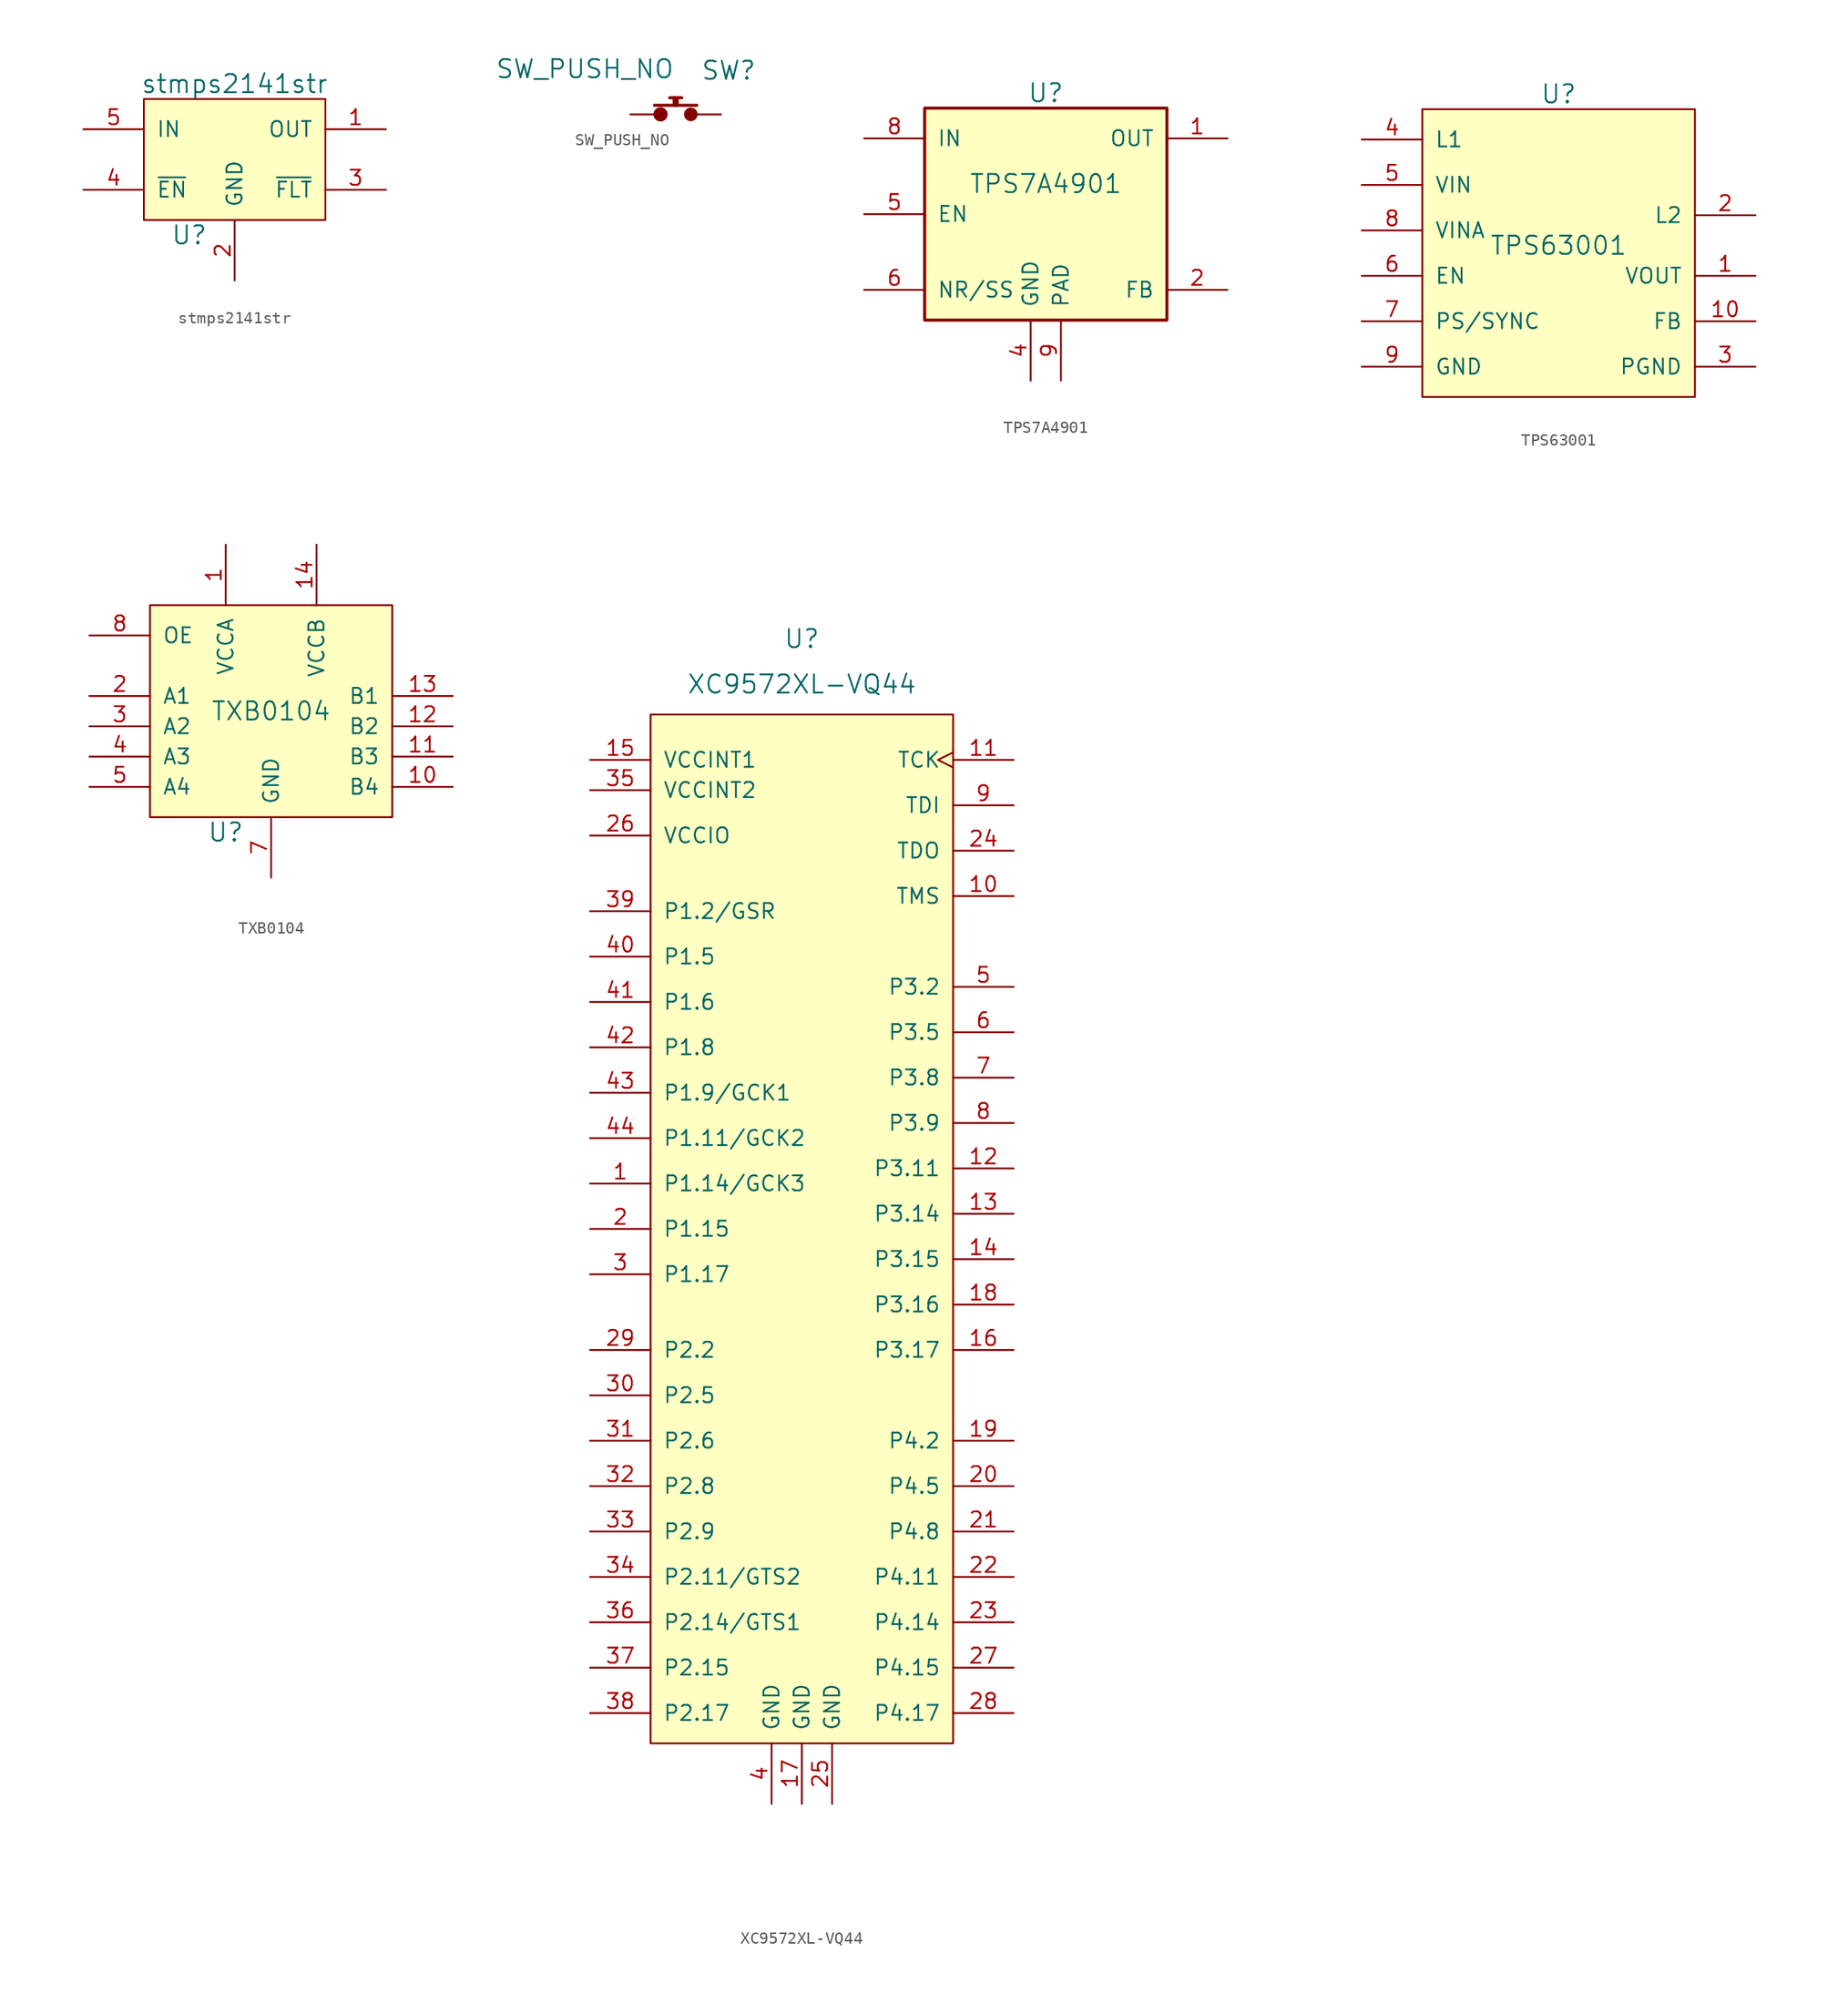
<source format=kicad_sym>
(kicad_symbol_lib
  (version 20231120)
  (generator "kicad_symbol_editor")
  (generator_version "8.0")
  (symbol "stmps2141str"
    (pin_names
      (offset 1.016))
    (property "Reference" "U"
      (at -3.81 -6.35 0)
      (effects (font (size 1.524 1.524))))
    (property "Value" "stmps2141str"
      (at 0 6.35 0)
      (effects (font (size 1.524 1.524))))
    (property "Footprint" ""
      (at 0 0 0)
      (effects (font (size 1.524 1.524))))
    (property "Datasheet" ""
      (at 0 0 0)
      (effects (font (size 1.524 1.524))))
    (symbol "stmps2141str_0_1"
      (rectangle (start 7.62 -5.08) (end -7.62 5.08) (stroke (width 0) (type default)) (fill (type background))))
    (symbol "stmps2141str_1_1"
      (pin power_out line (at 12.7 2.54 180) (length 5.08) (name "OUT" (effects (font (size 1.27 1.27)))) (number "1" (effects (font (size 1.27 1.27)))))
      (pin power_in line (at 0 -10.16 90) (length 5.08) (name "GND" (effects (font (size 1.27 1.27)))) (number "2" (effects (font (size 1.27 1.27)))))
      (pin output line (at 12.7 -2.54 180) (length 5.08) (name "~{FLT}" (effects (font (size 1.27 1.27)))) (number "3" (effects (font (size 1.27 1.27)))))
      (pin input line (at -12.7 -2.54 0) (length 5.08) (name "~{EN}" (effects (font (size 1.27 1.27)))) (number "4" (effects (font (size 1.27 1.27)))))
      (pin power_in line (at -12.7 2.54 0) (length 5.08) (name "IN" (effects (font (size 1.27 1.27)))) (number "5" (effects (font (size 1.27 1.27)))))))
  (symbol "SW_PUSH_NO"
    (pin_numbers hide)
    (pin_names
      (offset 0) hide)
    (property "Reference" "SW"
      (at 4.445 3.683 0)
      (effects (font (size 1.524 1.524))))
    (property "Value" "SW_PUSH_NO"
      (at -7.62 3.81 0)
      (effects (font (size 1.524 1.524))))
    (property "Footprint" ""
      (at 0 0 0)
      (effects (font (size 1.524 1.524))))
    (property "Datasheet" ""
      (at 0 0 0)
      (effects (font (size 1.524 1.524))))
    (symbol "SW_PUSH_NO_0_1"
      (circle (center -1.27 0) (radius 0.406) (stroke (width 0.381) (type default)) (fill (type outline)))
      (rectangle (start -0.127 1.397) (end 0.127 0.762) (stroke (width 0.254) (type default)) (fill (type none)))
      (polyline (pts (xy -1.778 0.762) (xy 1.778 0.762)) (stroke (width 0.254) (type default)) (fill (type none)))
      (polyline (pts (xy -0.508 1.397) (xy 0.508 1.397)) (stroke (width 0.254) (type default)) (fill (type none)))
      (circle (center 1.27 0) (radius 0.381) (stroke (width 0.381) (type default)) (fill (type outline))))
    (symbol "SW_PUSH_NO_1_1"
      (pin input line (at -3.81 0 0) (length 2.54) (name "~" (effects (font (size 1.27 1.27)))) (number "1" (effects (font (size 1.27 1.27)))))
      (pin input line (at 3.81 0 180) (length 2.54) (name "~" (effects (font (size 1.27 1.27)))) (number "2" (effects (font (size 1.27 1.27)))))))
  (symbol "TPS7A4901"
    (pin_names
      (offset 1.016))
    (property "Reference" "U"
      (at 0 10.16 0)
      (effects (font (size 1.524 1.524))))
    (property "Value" "TPS7A4901"
      (at 0 2.54 0)
      (effects (font (size 1.524 1.524))))
    (property "Footprint" ""
      (at 0 -7.62 0)
      (effects (font (size 1.524 1.524))))
    (property "Datasheet" ""
      (at 0 -7.62 0)
      (effects (font (size 1.524 1.524))))
    (symbol "TPS7A4901_0_1"
      (rectangle (start -10.16 8.89) (end 10.16 -8.89) (stroke (width 0.254) (type default)) (fill (type background))))
    (symbol "TPS7A4901_1_1"
      (pin power_out line (at 15.24 6.35 180) (length 5.08) (name "OUT" (effects (font (size 1.27 1.27)))) (number "1" (effects (font (size 1.27 1.27)))))
      (pin input line (at 15.24 -6.35 180) (length 5.08) (name "FB" (effects (font (size 1.27 1.27)))) (number "2" (effects (font (size 1.27 1.27)))))
      (pin no_connect line (at -3.81 -1.27 0) (length 5.08) hide (name "NC" (effects (font (size 1.27 1.27)))) (number "3" (effects (font (size 1.27 1.27)))))
      (pin power_in line (at -1.27 -13.97 90) (length 5.08) (name "GND" (effects (font (size 1.27 1.27)))) (number "4" (effects (font (size 1.27 1.27)))))
      (pin input line (at -15.24 0 0) (length 5.08) (name "EN" (effects (font (size 1.27 1.27)))) (number "5" (effects (font (size 1.27 1.27)))))
      (pin output line (at -15.24 -6.35 0) (length 5.08) (name "NR/SS" (effects (font (size 1.27 1.27)))) (number "6" (effects (font (size 1.27 1.27)))))
      (pin no_connect line (at -3.81 -3.81 0) (length 5.08) hide (name "DNC" (effects (font (size 1.27 1.27)))) (number "7" (effects (font (size 1.27 1.27)))))
      (pin power_in line (at -15.24 6.35 0) (length 5.08) (name "IN" (effects (font (size 1.27 1.27)))) (number "8" (effects (font (size 1.27 1.27)))))
      (pin power_in line (at 1.27 -13.97 90) (length 5.08) (name "PAD" (effects (font (size 1.27 1.27)))) (number "9" (effects (font (size 1.27 1.27)))))))
  (symbol "TPS63001"
    (pin_names
      (offset 1.016))
    (property "Reference" "U"
      (at 0 12.7 0)
      (effects (font (size 1.524 1.524))))
    (property "Value" "TPS63001"
      (at 0 0 0)
      (effects (font (size 1.524 1.524))))
    (property "Footprint" ""
      (at 0 0 0)
      (effects (font (size 1.524 1.524))))
    (property "Datasheet" ""
      (at 0 0 0)
      (effects (font (size 1.524 1.524))))
    (symbol "TPS63001_0_1"
      (rectangle (start 11.43 -12.7) (end -11.43 11.43) (stroke (width 0) (type default)) (fill (type background))))
    (symbol "TPS63001_1_1"
      (pin input line (at 16.51 -2.54 180) (length 5.08) (name "VOUT" (effects (font (size 1.27 1.27)))) (number "1" (effects (font (size 1.27 1.27)))))
      (pin input line (at 16.51 -6.35 180) (length 5.08) (name "FB" (effects (font (size 1.27 1.27)))) (number "10" (effects (font (size 1.27 1.27)))))
      (pin input line (at 16.51 7.62 180) (length 5.08) hide (name "PAD" (effects (font (size 1.27 1.27)))) (number "11" (effects (font (size 1.27 1.27)))))
      (pin input line (at 16.51 2.54 180) (length 5.08) (name "L2" (effects (font (size 1.27 1.27)))) (number "2" (effects (font (size 1.27 1.27)))))
      (pin input line (at 16.51 -10.16 180) (length 5.08) (name "PGND" (effects (font (size 1.27 1.27)))) (number "3" (effects (font (size 1.27 1.27)))))
      (pin input line (at -16.51 8.89 0) (length 5.08) (name "L1" (effects (font (size 1.27 1.27)))) (number "4" (effects (font (size 1.27 1.27)))))
      (pin input line (at -16.51 5.08 0) (length 5.08) (name "VIN" (effects (font (size 1.27 1.27)))) (number "5" (effects (font (size 1.27 1.27)))))
      (pin input line (at -16.51 -2.54 0) (length 5.08) (name "EN" (effects (font (size 1.27 1.27)))) (number "6" (effects (font (size 1.27 1.27)))))
      (pin input line (at -16.51 -6.35 0) (length 5.08) (name "PS/SYNC" (effects (font (size 1.27 1.27)))) (number "7" (effects (font (size 1.27 1.27)))))
      (pin input line (at -16.51 1.27 0) (length 5.08) (name "VINA" (effects (font (size 1.27 1.27)))) (number "8" (effects (font (size 1.27 1.27)))))
      (pin input line (at -16.51 -10.16 0) (length 5.08) (name "GND" (effects (font (size 1.27 1.27)))) (number "9" (effects (font (size 1.27 1.27)))))))
  (symbol "TXB0104"
    (pin_names
      (offset 1.016))
    (property "Reference" "U"
      (at -3.81 -10.16 0)
      (effects (font (size 1.524 1.524))))
    (property "Value" "TXB0104"
      (at 0 0 0)
      (effects (font (size 1.524 1.524))))
    (property "Footprint" ""
      (at 0 -1.27 0)
      (effects (font (size 1.524 1.524))))
    (property "Datasheet" ""
      (at 0 -1.27 0)
      (effects (font (size 1.524 1.524))))
    (symbol "TXB0104_0_1"
      (rectangle (start -10.16 8.89) (end 10.16 -8.89) (stroke (width 0) (type default)) (fill (type background))))
    (symbol "TXB0104_1_1"
      (pin power_in line (at -3.81 13.97 270) (length 5.08) (name "VCCA" (effects (font (size 1.27 1.27)))) (number "1" (effects (font (size 1.27 1.27)))))
      (pin bidirectional line (at 15.24 -6.35 180) (length 5.08) (name "B4" (effects (font (size 1.27 1.27)))) (number "10" (effects (font (size 1.27 1.27)))))
      (pin bidirectional line (at 15.24 -3.81 180) (length 5.08) (name "B3" (effects (font (size 1.27 1.27)))) (number "11" (effects (font (size 1.27 1.27)))))
      (pin bidirectional line (at 15.24 -1.27 180) (length 5.08) (name "B2" (effects (font (size 1.27 1.27)))) (number "12" (effects (font (size 1.27 1.27)))))
      (pin bidirectional line (at 15.24 1.27 180) (length 5.08) (name "B1" (effects (font (size 1.27 1.27)))) (number "13" (effects (font (size 1.27 1.27)))))
      (pin power_in line (at 3.81 13.97 270) (length 5.08) (name "VCCB" (effects (font (size 1.27 1.27)))) (number "14" (effects (font (size 1.27 1.27)))))
      (pin bidirectional line (at -15.24 1.27 0) (length 5.08) (name "A1" (effects (font (size 1.27 1.27)))) (number "2" (effects (font (size 1.27 1.27)))))
      (pin bidirectional line (at -15.24 -1.27 0) (length 5.08) (name "A2" (effects (font (size 1.27 1.27)))) (number "3" (effects (font (size 1.27 1.27)))))
      (pin bidirectional line (at -15.24 -3.81 0) (length 5.08) (name "A3" (effects (font (size 1.27 1.27)))) (number "4" (effects (font (size 1.27 1.27)))))
      (pin bidirectional line (at -15.24 -6.35 0) (length 5.08) (name "A4" (effects (font (size 1.27 1.27)))) (number "5" (effects (font (size 1.27 1.27)))))
      (pin power_in line (at 0 -13.97 90) (length 5.08) (name "GND" (effects (font (size 1.27 1.27)))) (number "7" (effects (font (size 1.27 1.27)))))
      (pin input line (at -15.24 6.35 0) (length 5.08) (name "OE" (effects (font (size 1.27 1.27)))) (number "8" (effects (font (size 1.27 1.27)))))))
  (symbol "XC9572XL-VQ44"
    (pin_names
      (offset 1.016))
    (property "Reference" "U"
      (at 0 49.53 0)
      (effects (font (size 1.524 1.524))))
    (property "Value" "XC9572XL-VQ44"
      (at 0 45.72 0)
      (effects (font (size 1.524 1.524))))
    (property "Footprint" ""
      (at 0 -10.16 0)
      (effects (font (size 1.524 1.524))))
    (property "Datasheet" ""
      (at 0 -10.16 0)
      (effects (font (size 1.524 1.524))))
    (symbol "XC9572XL-VQ44_0_1"
      (rectangle (start -12.7 43.18) (end 12.7 -43.18) (stroke (width 0) (type default)) (fill (type background))))
    (symbol "XC9572XL-VQ44_1_1"
      (pin bidirectional line (at -17.78 3.81 0) (length 5.08) (name "P1.14/GCK3" (effects (font (size 1.27 1.27)))) (number "1" (effects (font (size 1.27 1.27)))))
      (pin input line (at 17.78 27.94 180) (length 5.08) (name "TMS" (effects (font (size 1.27 1.27)))) (number "10" (effects (font (size 1.27 1.27)))))
      (pin input clock (at 17.78 39.37 180) (length 5.08) (name "TCK" (effects (font (size 1.27 1.27)))) (number "11" (effects (font (size 1.27 1.27)))))
      (pin bidirectional line (at 17.78 5.08 180) (length 5.08) (name "P3.11" (effects (font (size 1.27 1.27)))) (number "12" (effects (font (size 1.27 1.27)))))
      (pin bidirectional line (at 17.78 1.27 180) (length 5.08) (name "P3.14" (effects (font (size 1.27 1.27)))) (number "13" (effects (font (size 1.27 1.27)))))
      (pin bidirectional line (at 17.78 -2.54 180) (length 5.08) (name "P3.15" (effects (font (size 1.27 1.27)))) (number "14" (effects (font (size 1.27 1.27)))))
      (pin power_in line (at -17.78 39.37 0) (length 5.08) (name "VCCINT1" (effects (font (size 1.27 1.27)))) (number "15" (effects (font (size 1.27 1.27)))))
      (pin bidirectional line (at 17.78 -10.16 180) (length 5.08) (name "P3.17" (effects (font (size 1.27 1.27)))) (number "16" (effects (font (size 1.27 1.27)))))
      (pin power_in line (at 0 -48.26 90) (length 5.08) (name "GND" (effects (font (size 1.27 1.27)))) (number "17" (effects (font (size 1.27 1.27)))))
      (pin bidirectional line (at 17.78 -6.35 180) (length 5.08) (name "P3.16" (effects (font (size 1.27 1.27)))) (number "18" (effects (font (size 1.27 1.27)))))
      (pin bidirectional line (at 17.78 -17.78 180) (length 5.08) (name "P4.2" (effects (font (size 1.27 1.27)))) (number "19" (effects (font (size 1.27 1.27)))))
      (pin bidirectional line (at -17.78 0 0) (length 5.08) (name "P1.15" (effects (font (size 1.27 1.27)))) (number "2" (effects (font (size 1.27 1.27)))))
      (pin bidirectional line (at 17.78 -21.59 180) (length 5.08) (name "P4.5" (effects (font (size 1.27 1.27)))) (number "20" (effects (font (size 1.27 1.27)))))
      (pin bidirectional line (at 17.78 -25.4 180) (length 5.08) (name "P4.8" (effects (font (size 1.27 1.27)))) (number "21" (effects (font (size 1.27 1.27)))))
      (pin bidirectional line (at 17.78 -29.21 180) (length 5.08) (name "P4.11" (effects (font (size 1.27 1.27)))) (number "22" (effects (font (size 1.27 1.27)))))
      (pin bidirectional line (at 17.78 -33.02 180) (length 5.08) (name "P4.14" (effects (font (size 1.27 1.27)))) (number "23" (effects (font (size 1.27 1.27)))))
      (pin output line (at 17.78 31.75 180) (length 5.08) (name "TDO" (effects (font (size 1.27 1.27)))) (number "24" (effects (font (size 1.27 1.27)))))
      (pin power_in line (at 2.54 -48.26 90) (length 5.08) (name "GND" (effects (font (size 1.27 1.27)))) (number "25" (effects (font (size 1.27 1.27)))))
      (pin power_in line (at -17.78 33.02 0) (length 5.08) (name "VCCIO" (effects (font (size 1.27 1.27)))) (number "26" (effects (font (size 1.27 1.27)))))
      (pin bidirectional line (at 17.78 -36.83 180) (length 5.08) (name "P4.15" (effects (font (size 1.27 1.27)))) (number "27" (effects (font (size 1.27 1.27)))))
      (pin bidirectional line (at 17.78 -40.64 180) (length 5.08) (name "P4.17" (effects (font (size 1.27 1.27)))) (number "28" (effects (font (size 1.27 1.27)))))
      (pin bidirectional line (at -17.78 -10.16 0) (length 5.08) (name "P2.2" (effects (font (size 1.27 1.27)))) (number "29" (effects (font (size 1.27 1.27)))))
      (pin bidirectional line (at -17.78 -3.81 0) (length 5.08) (name "P1.17" (effects (font (size 1.27 1.27)))) (number "3" (effects (font (size 1.27 1.27)))))
      (pin bidirectional line (at -17.78 -13.97 0) (length 5.08) (name "P2.5" (effects (font (size 1.27 1.27)))) (number "30" (effects (font (size 1.27 1.27)))))
      (pin bidirectional line (at -17.78 -17.78 0) (length 5.08) (name "P2.6" (effects (font (size 1.27 1.27)))) (number "31" (effects (font (size 1.27 1.27)))))
      (pin bidirectional line (at -17.78 -21.59 0) (length 5.08) (name "P2.8" (effects (font (size 1.27 1.27)))) (number "32" (effects (font (size 1.27 1.27)))))
      (pin bidirectional line (at -17.78 -25.4 0) (length 5.08) (name "P2.9" (effects (font (size 1.27 1.27)))) (number "33" (effects (font (size 1.27 1.27)))))
      (pin bidirectional line (at -17.78 -29.21 0) (length 5.08) (name "P2.11/GTS2" (effects (font (size 1.27 1.27)))) (number "34" (effects (font (size 1.27 1.27)))))
      (pin power_in line (at -17.78 36.83 0) (length 5.08) (name "VCCINT2" (effects (font (size 1.27 1.27)))) (number "35" (effects (font (size 1.27 1.27)))))
      (pin bidirectional line (at -17.78 -33.02 0) (length 5.08) (name "P2.14/GTS1" (effects (font (size 1.27 1.27)))) (number "36" (effects (font (size 1.27 1.27)))))
      (pin bidirectional line (at -17.78 -36.83 0) (length 5.08) (name "P2.15" (effects (font (size 1.27 1.27)))) (number "37" (effects (font (size 1.27 1.27)))))
      (pin bidirectional line (at -17.78 -40.64 0) (length 5.08) (name "P2.17" (effects (font (size 1.27 1.27)))) (number "38" (effects (font (size 1.27 1.27)))))
      (pin bidirectional line (at -17.78 26.67 0) (length 5.08) (name "P1.2/GSR" (effects (font (size 1.27 1.27)))) (number "39" (effects (font (size 1.27 1.27)))))
      (pin power_in line (at -2.54 -48.26 90) (length 5.08) (name "GND" (effects (font (size 1.27 1.27)))) (number "4" (effects (font (size 1.27 1.27)))))
      (pin bidirectional line (at -17.78 22.86 0) (length 5.08) (name "P1.5" (effects (font (size 1.27 1.27)))) (number "40" (effects (font (size 1.27 1.27)))))
      (pin bidirectional line (at -17.78 19.05 0) (length 5.08) (name "P1.6" (effects (font (size 1.27 1.27)))) (number "41" (effects (font (size 1.27 1.27)))))
      (pin bidirectional line (at -17.78 15.24 0) (length 5.08) (name "P1.8" (effects (font (size 1.27 1.27)))) (number "42" (effects (font (size 1.27 1.27)))))
      (pin bidirectional line (at -17.78 11.43 0) (length 5.08) (name "P1.9/GCK1" (effects (font (size 1.27 1.27)))) (number "43" (effects (font (size 1.27 1.27)))))
      (pin bidirectional line (at -17.78 7.62 0) (length 5.08) (name "P1.11/GCK2" (effects (font (size 1.27 1.27)))) (number "44" (effects (font (size 1.27 1.27)))))
      (pin bidirectional line (at 17.78 20.32 180) (length 5.08) (name "P3.2" (effects (font (size 1.27 1.27)))) (number "5" (effects (font (size 1.27 1.27)))))
      (pin bidirectional line (at 17.78 16.51 180) (length 5.08) (name "P3.5" (effects (font (size 1.27 1.27)))) (number "6" (effects (font (size 1.27 1.27)))))
      (pin bidirectional line (at 17.78 12.7 180) (length 5.08) (name "P3.8" (effects (font (size 1.27 1.27)))) (number "7" (effects (font (size 1.27 1.27)))))
      (pin bidirectional line (at 17.78 8.89 180) (length 5.08) (name "P3.9" (effects (font (size 1.27 1.27)))) (number "8" (effects (font (size 1.27 1.27)))))
      (pin input line (at 17.78 35.56 180) (length 5.08) (name "TDI" (effects (font (size 1.27 1.27)))) (number "9" (effects (font (size 1.27 1.27))))))))
</source>
